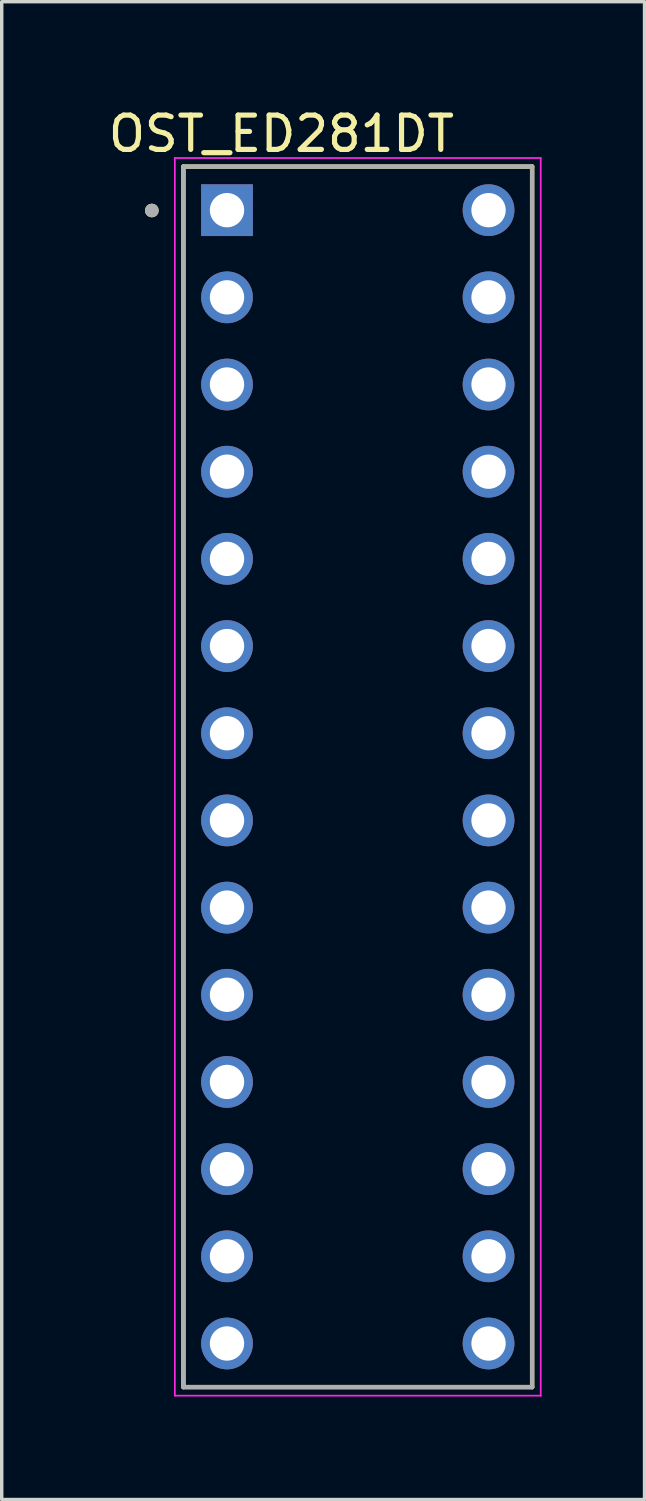
<source format=kicad_pcb>
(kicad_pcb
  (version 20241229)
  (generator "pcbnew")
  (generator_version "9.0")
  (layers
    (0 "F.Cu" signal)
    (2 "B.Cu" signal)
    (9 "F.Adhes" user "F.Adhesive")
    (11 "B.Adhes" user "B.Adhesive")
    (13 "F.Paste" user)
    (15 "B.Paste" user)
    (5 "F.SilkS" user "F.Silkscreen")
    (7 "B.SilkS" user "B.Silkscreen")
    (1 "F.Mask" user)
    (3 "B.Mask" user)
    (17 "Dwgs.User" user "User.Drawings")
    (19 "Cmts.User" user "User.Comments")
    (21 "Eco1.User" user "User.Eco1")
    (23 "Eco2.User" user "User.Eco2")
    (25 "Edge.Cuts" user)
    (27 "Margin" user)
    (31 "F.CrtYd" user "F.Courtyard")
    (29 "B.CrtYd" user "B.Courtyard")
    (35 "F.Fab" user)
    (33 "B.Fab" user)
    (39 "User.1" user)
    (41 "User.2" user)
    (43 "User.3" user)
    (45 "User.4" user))
  (footprint "OST_ED281DT"
    (layer "F.Cu")
    (at 7.374 19.583)
    (property "Reference" "OST_ED281DT" (at -2.225 -18.735 0) (layer "F.SilkS") (effects (font (size 1 1) (thickness 0.15))))
    (attr through_hole)
    (fp_line (start -5.08 -17.78) (end 5.08 -17.78) (stroke (width 0.127) (type solid)) (layer "F.SilkS"))
    (fp_line (start -5.08 17.78) (end -5.08 -17.78) (stroke (width 0.127) (type solid)) (layer "F.SilkS"))
    (fp_line (start 5.08 -17.78) (end 5.08 17.78) (stroke (width 0.127) (type solid)) (layer "F.SilkS"))
    (fp_line (start 5.08 17.78) (end -5.08 17.78) (stroke (width 0.127) (type solid)) (layer "F.SilkS"))
    (fp_circle (center -6 -16.5) (end -5.9 -16.5) (stroke (width 0.2) (type solid)) (fill no) (layer "F.SilkS"))
    (fp_line (start -5.33 -18.03) (end 5.33 -18.03) (stroke (width 0.05) (type solid)) (layer "F.CrtYd"))
    (fp_line (start -5.33 18.03) (end -5.33 -18.03) (stroke (width 0.05) (type solid)) (layer "F.CrtYd"))
    (fp_line (start 5.33 -18.03) (end 5.33 18.03) (stroke (width 0.05) (type solid)) (layer "F.CrtYd"))
    (fp_line (start 5.33 18.03) (end -5.33 18.03) (stroke (width 0.05) (type solid)) (layer "F.CrtYd"))
    (fp_line (start -5.08 -17.78) (end 5.08 -17.78) (stroke (width 0.127) (type solid)) (layer "F.Fab"))
    (fp_line (start -5.08 17.78) (end -5.08 -17.78) (stroke (width 0.127) (type solid)) (layer "F.Fab"))
    (fp_line (start 5.08 -17.78) (end 5.08 17.78) (stroke (width 0.127) (type solid)) (layer "F.Fab"))
    (fp_line (start 5.08 17.78) (end -5.08 17.78) (stroke (width 0.127) (type solid)) (layer "F.Fab"))
    (fp_circle (center -6 -16.5) (end -5.9 -16.5) (stroke (width 0.2) (type solid)) (fill no) (layer "F.Fab"))
    (pad "1" thru_hole rect (at -3.81 -16.51) (size 1.508 1.508) (drill 1) (layers "*.Cu" "*.Mask"))
    (pad "2" thru_hole circle (at -3.81 -13.97) (size 1.508 1.508) (drill 1) (layers "*.Cu" "*.Mask"))
    (pad "3" thru_hole circle (at -3.81 -11.43) (size 1.508 1.508) (drill 1) (layers "*.Cu" "*.Mask"))
    (pad "4" thru_hole circle (at -3.81 -8.89) (size 1.508 1.508) (drill 1) (layers "*.Cu" "*.Mask"))
    (pad "5" thru_hole circle (at -3.81 -6.35) (size 1.508 1.508) (drill 1) (layers "*.Cu" "*.Mask"))
    (pad "6" thru_hole circle (at -3.81 -3.81) (size 1.508 1.508) (drill 1) (layers "*.Cu" "*.Mask"))
    (pad "7" thru_hole circle (at -3.81 -1.27) (size 1.508 1.508) (drill 1) (layers "*.Cu" "*.Mask"))
    (pad "8" thru_hole circle (at -3.81 1.27) (size 1.508 1.508) (drill 1) (layers "*.Cu" "*.Mask"))
    (pad "9" thru_hole circle (at -3.81 3.81) (size 1.508 1.508) (drill 1) (layers "*.Cu" "*.Mask"))
    (pad "10" thru_hole circle (at -3.81 6.35) (size 1.508 1.508) (drill 1) (layers "*.Cu" "*.Mask"))
    (pad "11" thru_hole circle (at -3.81 8.89) (size 1.508 1.508) (drill 1) (layers "*.Cu" "*.Mask"))
    (pad "12" thru_hole circle (at -3.81 11.43) (size 1.508 1.508) (drill 1) (layers "*.Cu" "*.Mask"))
    (pad "13" thru_hole circle (at -3.81 13.97) (size 1.508 1.508) (drill 1) (layers "*.Cu" "*.Mask"))
    (pad "14" thru_hole circle (at -3.81 16.51) (size 1.508 1.508) (drill 1) (layers "*.Cu" "*.Mask"))
    (pad "15" thru_hole circle (at 3.81 16.51) (size 1.508 1.508) (drill 1) (layers "*.Cu" "*.Mask"))
    (pad "16" thru_hole circle (at 3.81 13.97) (size 1.508 1.508) (drill 1) (layers "*.Cu" "*.Mask"))
    (pad "17" thru_hole circle (at 3.81 11.43) (size 1.508 1.508) (drill 1) (layers "*.Cu" "*.Mask"))
    (pad "18" thru_hole circle (at 3.81 8.89) (size 1.508 1.508) (drill 1) (layers "*.Cu" "*.Mask"))
    (pad "19" thru_hole circle (at 3.81 6.35) (size 1.508 1.508) (drill 1) (layers "*.Cu" "*.Mask"))
    (pad "20" thru_hole circle (at 3.81 3.81) (size 1.508 1.508) (drill 1) (layers "*.Cu" "*.Mask"))
    (pad "21" thru_hole circle (at 3.81 1.27) (size 1.508 1.508) (drill 1) (layers "*.Cu" "*.Mask"))
    (pad "22" thru_hole circle (at 3.81 -1.27) (size 1.508 1.508) (drill 1) (layers "*.Cu" "*.Mask"))
    (pad "23" thru_hole circle (at 3.81 -3.81) (size 1.508 1.508) (drill 1) (layers "*.Cu" "*.Mask"))
    (pad "24" thru_hole circle (at 3.81 -6.35) (size 1.508 1.508) (drill 1) (layers "*.Cu" "*.Mask"))
    (pad "25" thru_hole circle (at 3.81 -8.89) (size 1.508 1.508) (drill 1) (layers "*.Cu" "*.Mask"))
    (pad "26" thru_hole circle (at 3.81 -11.43) (size 1.508 1.508) (drill 1) (layers "*.Cu" "*.Mask"))
    (pad "27" thru_hole circle (at 3.81 -13.97) (size 1.508 1.508) (drill 1) (layers "*.Cu" "*.Mask"))
    (pad "28" thru_hole circle (at 3.81 -16.51) (size 1.508 1.508) (drill 1) (layers "*.Cu" "*.Mask")))
  (gr_rect
    (start -3 -3)
    (end 15.729 40.638)
    (stroke (width 0.1) (type default))
    (fill no)
    (layer "Edge.Cuts")))
</source>
